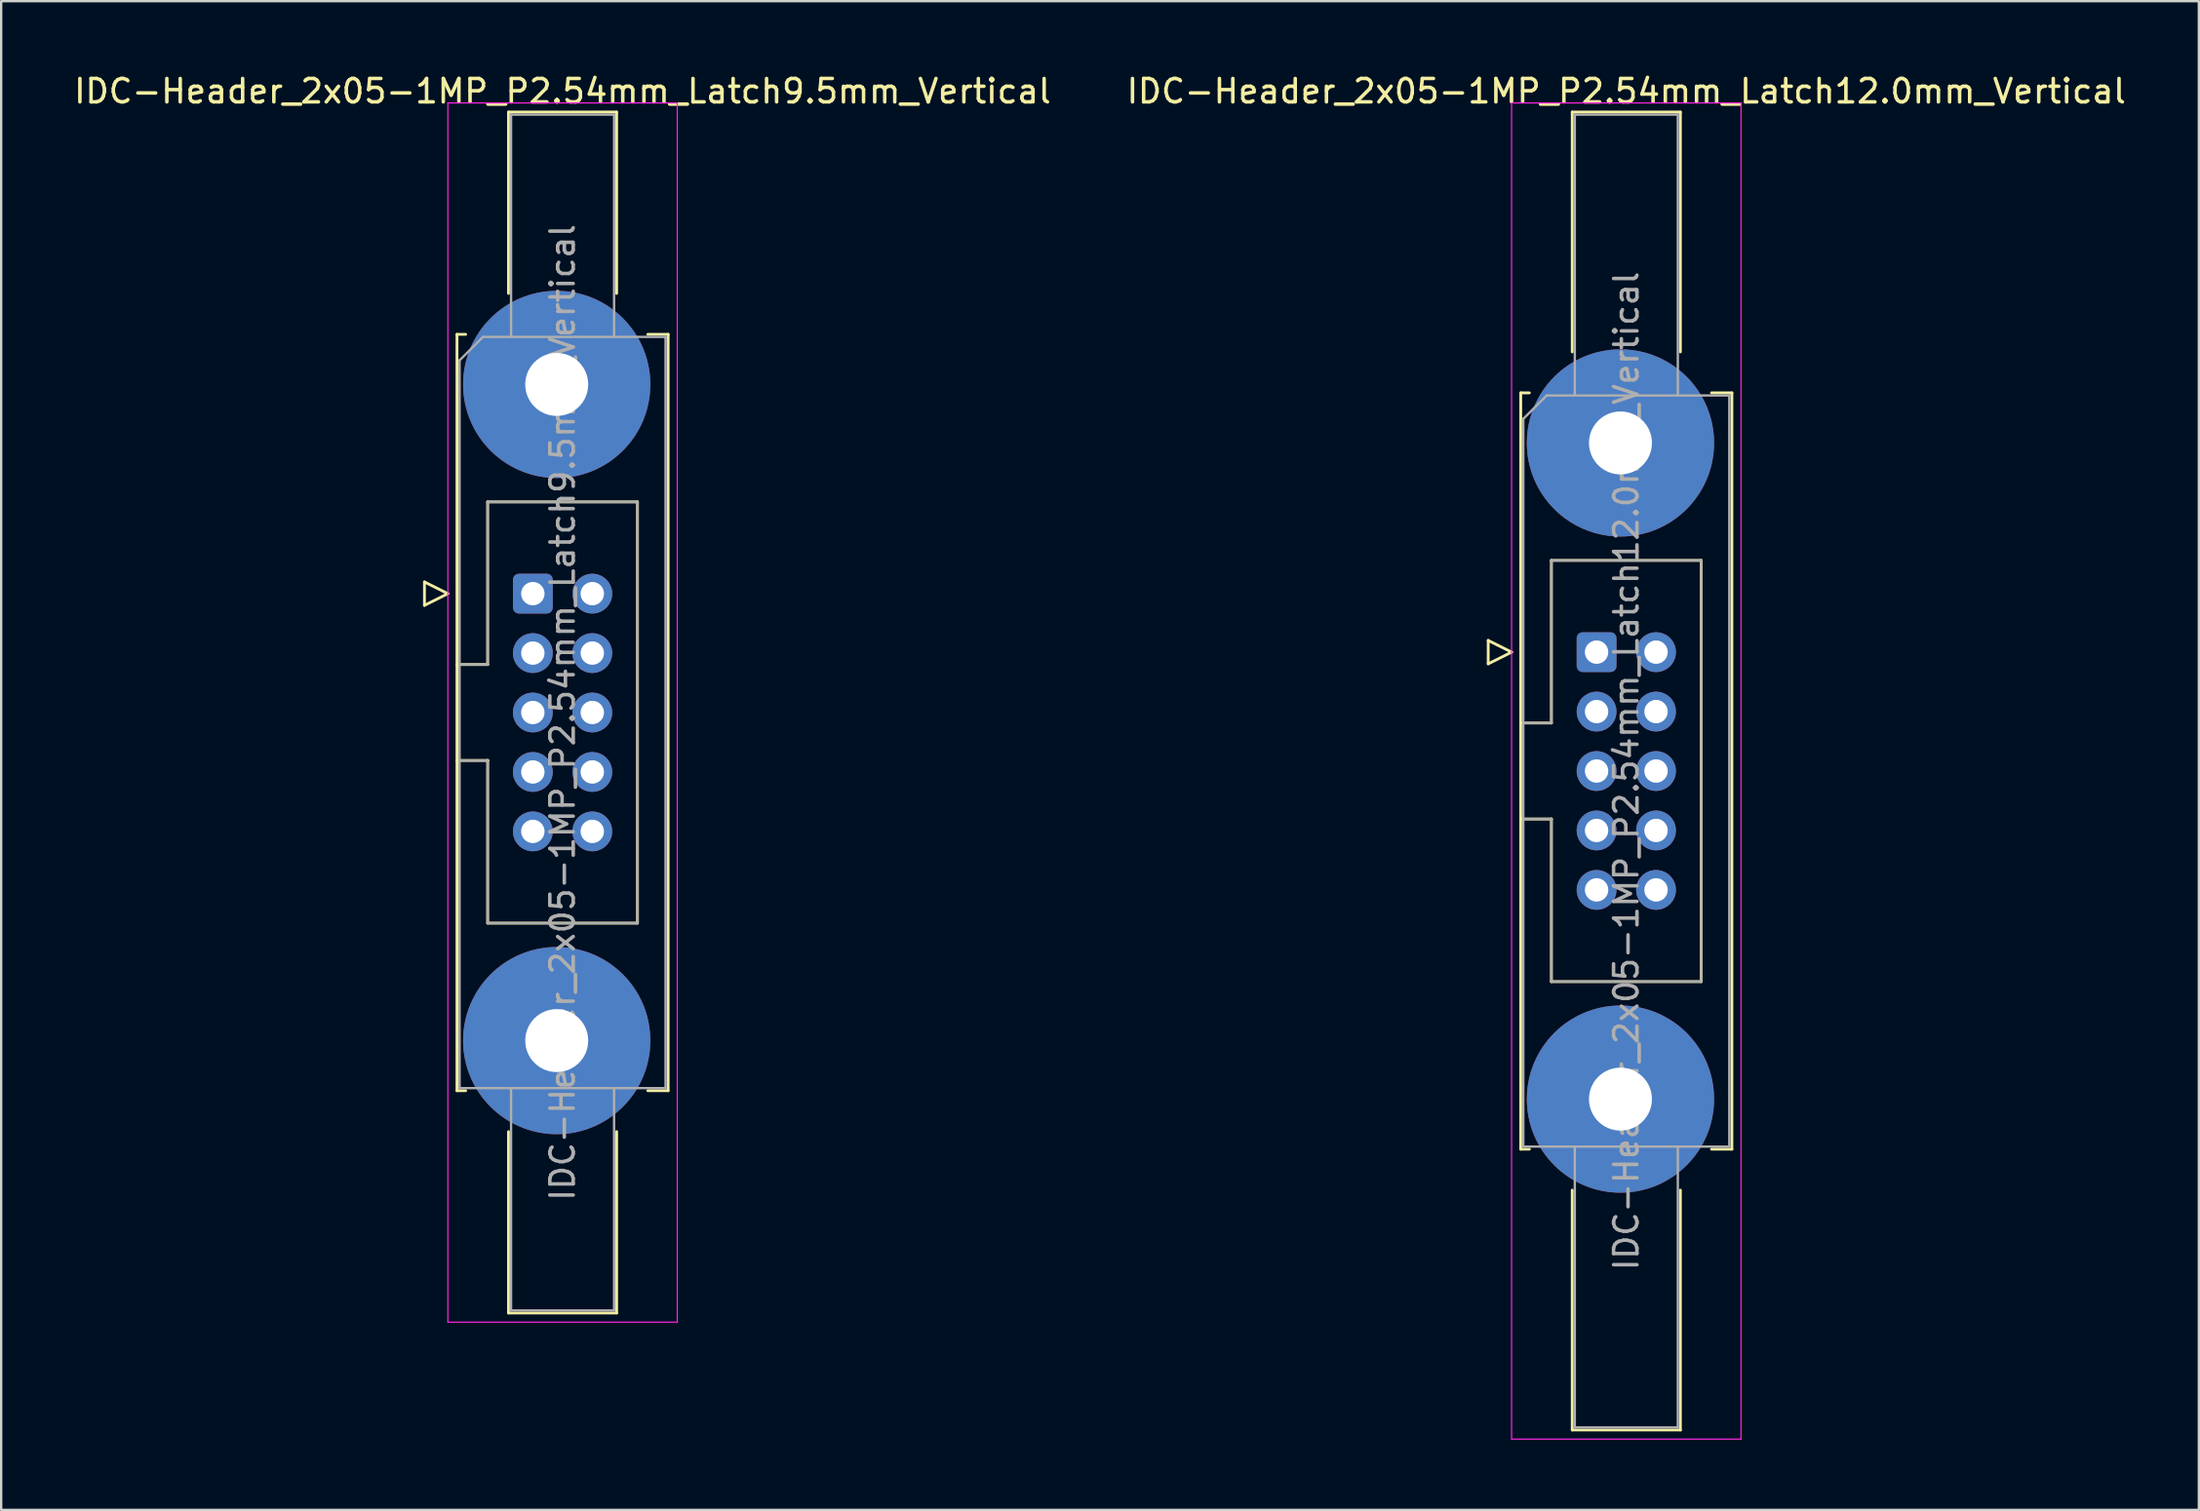
<source format=kicad_pcb>
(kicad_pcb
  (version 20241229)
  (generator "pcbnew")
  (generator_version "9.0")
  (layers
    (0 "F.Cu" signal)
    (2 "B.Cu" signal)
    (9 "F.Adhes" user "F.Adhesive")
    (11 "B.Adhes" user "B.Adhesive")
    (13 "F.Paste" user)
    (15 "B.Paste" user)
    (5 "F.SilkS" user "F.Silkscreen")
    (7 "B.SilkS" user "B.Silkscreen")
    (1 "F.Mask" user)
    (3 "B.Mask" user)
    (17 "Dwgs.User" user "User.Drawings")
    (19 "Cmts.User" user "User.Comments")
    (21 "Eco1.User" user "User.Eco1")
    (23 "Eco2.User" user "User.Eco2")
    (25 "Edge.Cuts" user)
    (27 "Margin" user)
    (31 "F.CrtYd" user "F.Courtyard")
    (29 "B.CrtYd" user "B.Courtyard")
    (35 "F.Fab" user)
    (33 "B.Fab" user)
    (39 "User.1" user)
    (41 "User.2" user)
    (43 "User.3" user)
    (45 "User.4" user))
  (footprint "IDC-Header_2x05-1MP_P2.54mm_Latch12.0mm_Vertical"
    (layer "F.Cu")
    (at 65.153 24.818)
    (property "Reference" "IDC-Header_2x05-1MP_P2.54mm_Latch12.0mm_Vertical" (at 1.27 -23.97 0) (layer "F.SilkS") (effects (font (size 1 1) (thickness 0.15))))
    (attr through_hole)
    (fp_line (start -4.63 -0.5) (end -4.63 0.5) (stroke (width 0.12) (type solid)) (layer "F.SilkS"))
    (fp_line (start -4.63 0.5) (end -3.63 0) (stroke (width 0.12) (type solid)) (layer "F.SilkS"))
    (fp_line (start -3.63 0) (end -4.63 -0.5) (stroke (width 0.12) (type solid)) (layer "F.SilkS"))
    (fp_line (start -3.24 -11.08) (end -3.24 21.24) (stroke (width 0.12) (type solid)) (layer "F.SilkS"))
    (fp_line (start -3.24 3.03) (end -1.93 3.03) (stroke (width 0.12) (type solid)) (layer "F.SilkS"))
    (fp_line (start -3.24 21.24) (end -2.87 21.24) (stroke (width 0.12) (type solid)) (layer "F.SilkS"))
    (fp_line (start -2.87 -11.08) (end -3.24 -11.08) (stroke (width 0.12) (type solid)) (layer "F.SilkS"))
    (fp_line (start -1.93 -3.92) (end 4.47 -3.92) (stroke (width 0.12) (type solid)) (layer "F.SilkS"))
    (fp_line (start -1.93 3.03) (end -1.93 -3.92) (stroke (width 0.12) (type solid)) (layer "F.SilkS"))
    (fp_line (start -1.93 7.13) (end -3.24 7.13) (stroke (width 0.12) (type solid)) (layer "F.SilkS"))
    (fp_line (start -1.93 7.13) (end -1.93 7.13) (stroke (width 0.12) (type solid)) (layer "F.SilkS"))
    (fp_line (start -1.93 14.08) (end -1.93 7.13) (stroke (width 0.12) (type solid)) (layer "F.SilkS"))
    (fp_line (start -1.04 -23.08) (end 3.58 -23.08) (stroke (width 0.12) (type solid)) (layer "F.SilkS"))
    (fp_line (start -1.04 -12.83) (end -1.04 -23.08) (stroke (width 0.12) (type solid)) (layer "F.SilkS"))
    (fp_line (start -1.04 22.99) (end -1.04 33.24) (stroke (width 0.12) (type solid)) (layer "F.SilkS"))
    (fp_line (start -1.04 33.24) (end 3.58 33.24) (stroke (width 0.12) (type solid)) (layer "F.SilkS"))
    (fp_line (start 3.58 -23.08) (end 3.58 -12.83) (stroke (width 0.12) (type solid)) (layer "F.SilkS"))
    (fp_line (start 3.58 33.24) (end 3.58 22.99) (stroke (width 0.12) (type solid)) (layer "F.SilkS"))
    (fp_line (start 4.47 -3.92) (end 4.47 14.08) (stroke (width 0.12) (type solid)) (layer "F.SilkS"))
    (fp_line (start 4.47 14.08) (end -1.93 14.08) (stroke (width 0.12) (type solid)) (layer "F.SilkS"))
    (fp_line (start 4.91 -11.08) (end 5.78 -11.08) (stroke (width 0.12) (type solid)) (layer "F.SilkS"))
    (fp_line (start 5.78 -11.08) (end 5.78 21.24) (stroke (width 0.12) (type solid)) (layer "F.SilkS"))
    (fp_line (start 5.78 21.24) (end 4.91 21.24) (stroke (width 0.12) (type solid)) (layer "F.SilkS"))
    (fp_line (start -3.63 -23.47) (end -3.63 33.63) (stroke (width 0.05) (type solid)) (layer "F.CrtYd"))
    (fp_line (start -3.63 33.63) (end 6.17 33.63) (stroke (width 0.05) (type solid)) (layer "F.CrtYd"))
    (fp_line (start 6.17 -23.47) (end -3.63 -23.47) (stroke (width 0.05) (type solid)) (layer "F.CrtYd"))
    (fp_line (start 6.17 33.63) (end 6.17 -23.47) (stroke (width 0.05) (type solid)) (layer "F.CrtYd"))
    (fp_line (start -3.13 -9.97) (end -2.13 -10.97) (stroke (width 0.1) (type solid)) (layer "F.Fab"))
    (fp_line (start -3.13 3.03) (end -1.93 3.03) (stroke (width 0.1) (type solid)) (layer "F.Fab"))
    (fp_line (start -3.13 21.13) (end -3.13 -9.97) (stroke (width 0.1) (type solid)) (layer "F.Fab"))
    (fp_line (start -2.13 -10.97) (end 5.67 -10.97) (stroke (width 0.1) (type solid)) (layer "F.Fab"))
    (fp_line (start -1.93 -3.92) (end 4.47 -3.92) (stroke (width 0.1) (type solid)) (layer "F.Fab"))
    (fp_line (start -1.93 3.03) (end -1.93 -3.92) (stroke (width 0.1) (type solid)) (layer "F.Fab"))
    (fp_line (start -1.93 7.13) (end -3.13 7.13) (stroke (width 0.1) (type solid)) (layer "F.Fab"))
    (fp_line (start -1.93 7.13) (end -1.93 7.13) (stroke (width 0.1) (type solid)) (layer "F.Fab"))
    (fp_line (start -1.93 14.08) (end -1.93 7.13) (stroke (width 0.1) (type solid)) (layer "F.Fab"))
    (fp_line (start -0.93 -22.97) (end 3.47 -22.97) (stroke (width 0.1) (type solid)) (layer "F.Fab"))
    (fp_line (start -0.93 -10.97) (end -0.93 -22.97) (stroke (width 0.1) (type solid)) (layer "F.Fab"))
    (fp_line (start -0.93 21.13) (end -0.93 33.13) (stroke (width 0.1) (type solid)) (layer "F.Fab"))
    (fp_line (start -0.93 33.13) (end 3.47 33.13) (stroke (width 0.1) (type solid)) (layer "F.Fab"))
    (fp_line (start 3.47 -22.97) (end 3.47 -10.97) (stroke (width 0.1) (type solid)) (layer "F.Fab"))
    (fp_line (start 3.47 33.13) (end 3.47 21.13) (stroke (width 0.1) (type solid)) (layer "F.Fab"))
    (fp_line (start 4.47 -3.92) (end 4.47 14.08) (stroke (width 0.1) (type solid)) (layer "F.Fab"))
    (fp_line (start 4.47 14.08) (end -1.93 14.08) (stroke (width 0.1) (type solid)) (layer "F.Fab"))
    (fp_line (start 5.67 -10.97) (end 5.67 21.13) (stroke (width 0.1) (type solid)) (layer "F.Fab"))
    (fp_line (start 5.67 21.13) (end -3.13 21.13) (stroke (width 0.1) (type solid)) (layer "F.Fab"))
    (fp_text user "${REFERENCE}" (at 1.27 5.08 90) (layer "F.Fab") (effects (font (size 1 1) (thickness 0.15))))
    (pad "1" thru_hole roundrect (at 0 0) (size 1.7 1.7) (drill 1) (layers "*.Cu" "*.Mask") (roundrect_rratio 0.147))
    (pad "2" thru_hole circle (at 2.54 0) (size 1.7 1.7) (drill 1) (layers "*.Cu" "*.Mask"))
    (pad "3" thru_hole circle (at 0 2.54) (size 1.7 1.7) (drill 1) (layers "*.Cu" "*.Mask"))
    (pad "4" thru_hole circle (at 2.54 2.54) (size 1.7 1.7) (drill 1) (layers "*.Cu" "*.Mask"))
    (pad "5" thru_hole circle (at 0 5.08) (size 1.7 1.7) (drill 1) (layers "*.Cu" "*.Mask"))
    (pad "6" thru_hole circle (at 2.54 5.08) (size 1.7 1.7) (drill 1) (layers "*.Cu" "*.Mask"))
    (pad "7" thru_hole circle (at 0 7.62) (size 1.7 1.7) (drill 1) (layers "*.Cu" "*.Mask"))
    (pad "8" thru_hole circle (at 2.54 7.62) (size 1.7 1.7) (drill 1) (layers "*.Cu" "*.Mask"))
    (pad "9" thru_hole circle (at 0 10.16) (size 1.7 1.7) (drill 1) (layers "*.Cu" "*.Mask"))
    (pad "10" thru_hole circle (at 2.54 10.16) (size 1.7 1.7) (drill 1) (layers "*.Cu" "*.Mask"))
    (pad "MP" thru_hole circle (at 1.02 -8.94) (size 8 8) (drill 2.69) (layers "*.Cu" "*.Mask"))
    (pad "MP" thru_hole circle (at 1.02 19.1) (size 8 8) (drill 2.69) (layers "*.Cu" "*.Mask")))
  (footprint "IDC-Header_2x05-1MP_P2.54mm_Latch9.5mm_Vertical"
    (layer "F.Cu")
    (at 19.712 22.318)
    (property "Reference" "IDC-Header_2x05-1MP_P2.54mm_Latch9.5mm_Vertical" (at 1.27 -21.47 0) (layer "F.SilkS") (effects (font (size 1 1) (thickness 0.15))))
    (attr through_hole)
    (fp_line (start -4.63 -0.5) (end -4.63 0.5) (stroke (width 0.12) (type solid)) (layer "F.SilkS"))
    (fp_line (start -4.63 0.5) (end -3.63 0) (stroke (width 0.12) (type solid)) (layer "F.SilkS"))
    (fp_line (start -3.63 0) (end -4.63 -0.5) (stroke (width 0.12) (type solid)) (layer "F.SilkS"))
    (fp_line (start -3.24 -11.08) (end -3.24 21.24) (stroke (width 0.12) (type solid)) (layer "F.SilkS"))
    (fp_line (start -3.24 3.03) (end -1.93 3.03) (stroke (width 0.12) (type solid)) (layer "F.SilkS"))
    (fp_line (start -3.24 21.24) (end -2.87 21.24) (stroke (width 0.12) (type solid)) (layer "F.SilkS"))
    (fp_line (start -2.87 -11.08) (end -3.24 -11.08) (stroke (width 0.12) (type solid)) (layer "F.SilkS"))
    (fp_line (start -1.93 -3.92) (end 4.47 -3.92) (stroke (width 0.12) (type solid)) (layer "F.SilkS"))
    (fp_line (start -1.93 3.03) (end -1.93 -3.92) (stroke (width 0.12) (type solid)) (layer "F.SilkS"))
    (fp_line (start -1.93 7.13) (end -3.24 7.13) (stroke (width 0.12) (type solid)) (layer "F.SilkS"))
    (fp_line (start -1.93 7.13) (end -1.93 7.13) (stroke (width 0.12) (type solid)) (layer "F.SilkS"))
    (fp_line (start -1.93 14.08) (end -1.93 7.13) (stroke (width 0.12) (type solid)) (layer "F.SilkS"))
    (fp_line (start -1.04 -20.58) (end 3.58 -20.58) (stroke (width 0.12) (type solid)) (layer "F.SilkS"))
    (fp_line (start -1.04 -12.83) (end -1.04 -20.58) (stroke (width 0.12) (type solid)) (layer "F.SilkS"))
    (fp_line (start -1.04 22.99) (end -1.04 30.74) (stroke (width 0.12) (type solid)) (layer "F.SilkS"))
    (fp_line (start -1.04 30.74) (end 3.58 30.74) (stroke (width 0.12) (type solid)) (layer "F.SilkS"))
    (fp_line (start 3.58 -20.58) (end 3.58 -12.83) (stroke (width 0.12) (type solid)) (layer "F.SilkS"))
    (fp_line (start 3.58 30.74) (end 3.58 22.99) (stroke (width 0.12) (type solid)) (layer "F.SilkS"))
    (fp_line (start 4.47 -3.92) (end 4.47 14.08) (stroke (width 0.12) (type solid)) (layer "F.SilkS"))
    (fp_line (start 4.47 14.08) (end -1.93 14.08) (stroke (width 0.12) (type solid)) (layer "F.SilkS"))
    (fp_line (start 4.91 -11.08) (end 5.78 -11.08) (stroke (width 0.12) (type solid)) (layer "F.SilkS"))
    (fp_line (start 5.78 -11.08) (end 5.78 21.24) (stroke (width 0.12) (type solid)) (layer "F.SilkS"))
    (fp_line (start 5.78 21.24) (end 4.91 21.24) (stroke (width 0.12) (type solid)) (layer "F.SilkS"))
    (fp_line (start -3.63 -20.97) (end -3.63 31.13) (stroke (width 0.05) (type solid)) (layer "F.CrtYd"))
    (fp_line (start -3.63 31.13) (end 6.17 31.13) (stroke (width 0.05) (type solid)) (layer "F.CrtYd"))
    (fp_line (start 6.17 -20.97) (end -3.63 -20.97) (stroke (width 0.05) (type solid)) (layer "F.CrtYd"))
    (fp_line (start 6.17 31.13) (end 6.17 -20.97) (stroke (width 0.05) (type solid)) (layer "F.CrtYd"))
    (fp_line (start -3.13 -9.97) (end -2.13 -10.97) (stroke (width 0.1) (type solid)) (layer "F.Fab"))
    (fp_line (start -3.13 3.03) (end -1.93 3.03) (stroke (width 0.1) (type solid)) (layer "F.Fab"))
    (fp_line (start -3.13 21.13) (end -3.13 -9.97) (stroke (width 0.1) (type solid)) (layer "F.Fab"))
    (fp_line (start -2.13 -10.97) (end 5.67 -10.97) (stroke (width 0.1) (type solid)) (layer "F.Fab"))
    (fp_line (start -1.93 -3.92) (end 4.47 -3.92) (stroke (width 0.1) (type solid)) (layer "F.Fab"))
    (fp_line (start -1.93 3.03) (end -1.93 -3.92) (stroke (width 0.1) (type solid)) (layer "F.Fab"))
    (fp_line (start -1.93 7.13) (end -3.13 7.13) (stroke (width 0.1) (type solid)) (layer "F.Fab"))
    (fp_line (start -1.93 7.13) (end -1.93 7.13) (stroke (width 0.1) (type solid)) (layer "F.Fab"))
    (fp_line (start -1.93 14.08) (end -1.93 7.13) (stroke (width 0.1) (type solid)) (layer "F.Fab"))
    (fp_line (start -0.93 -20.47) (end 3.47 -20.47) (stroke (width 0.1) (type solid)) (layer "F.Fab"))
    (fp_line (start -0.93 -10.97) (end -0.93 -20.47) (stroke (width 0.1) (type solid)) (layer "F.Fab"))
    (fp_line (start -0.93 21.13) (end -0.93 30.63) (stroke (width 0.1) (type solid)) (layer "F.Fab"))
    (fp_line (start -0.93 30.63) (end 3.47 30.63) (stroke (width 0.1) (type solid)) (layer "F.Fab"))
    (fp_line (start 3.47 -20.47) (end 3.47 -10.97) (stroke (width 0.1) (type solid)) (layer "F.Fab"))
    (fp_line (start 3.47 30.63) (end 3.47 21.13) (stroke (width 0.1) (type solid)) (layer "F.Fab"))
    (fp_line (start 4.47 -3.92) (end 4.47 14.08) (stroke (width 0.1) (type solid)) (layer "F.Fab"))
    (fp_line (start 4.47 14.08) (end -1.93 14.08) (stroke (width 0.1) (type solid)) (layer "F.Fab"))
    (fp_line (start 5.67 -10.97) (end 5.67 21.13) (stroke (width 0.1) (type solid)) (layer "F.Fab"))
    (fp_line (start 5.67 21.13) (end -3.13 21.13) (stroke (width 0.1) (type solid)) (layer "F.Fab"))
    (fp_text user "${REFERENCE}" (at 1.27 5.08 90) (layer "F.Fab") (effects (font (size 1 1) (thickness 0.15))))
    (pad "1" thru_hole roundrect (at 0 0) (size 1.7 1.7) (drill 1) (layers "*.Cu" "*.Mask") (roundrect_rratio 0.147))
    (pad "2" thru_hole circle (at 2.54 0) (size 1.7 1.7) (drill 1) (layers "*.Cu" "*.Mask"))
    (pad "3" thru_hole circle (at 0 2.54) (size 1.7 1.7) (drill 1) (layers "*.Cu" "*.Mask"))
    (pad "4" thru_hole circle (at 2.54 2.54) (size 1.7 1.7) (drill 1) (layers "*.Cu" "*.Mask"))
    (pad "5" thru_hole circle (at 0 5.08) (size 1.7 1.7) (drill 1) (layers "*.Cu" "*.Mask"))
    (pad "6" thru_hole circle (at 2.54 5.08) (size 1.7 1.7) (drill 1) (layers "*.Cu" "*.Mask"))
    (pad "7" thru_hole circle (at 0 7.62) (size 1.7 1.7) (drill 1) (layers "*.Cu" "*.Mask"))
    (pad "8" thru_hole circle (at 2.54 7.62) (size 1.7 1.7) (drill 1) (layers "*.Cu" "*.Mask"))
    (pad "9" thru_hole circle (at 0 10.16) (size 1.7 1.7) (drill 1) (layers "*.Cu" "*.Mask"))
    (pad "10" thru_hole circle (at 2.54 10.16) (size 1.7 1.7) (drill 1) (layers "*.Cu" "*.Mask"))
    (pad "MP" thru_hole circle (at 1.02 -8.94) (size 8 8) (drill 2.69) (layers "*.Cu" "*.Mask"))
    (pad "MP" thru_hole circle (at 1.02 19.1) (size 8 8) (drill 2.69) (layers "*.Cu" "*.Mask")))
  (gr_rect
    (start -3 -3)
    (end 90.881 61.473)
    (stroke (width 0.1) (type default))
    (fill no)
    (layer "Edge.Cuts")))
</source>
